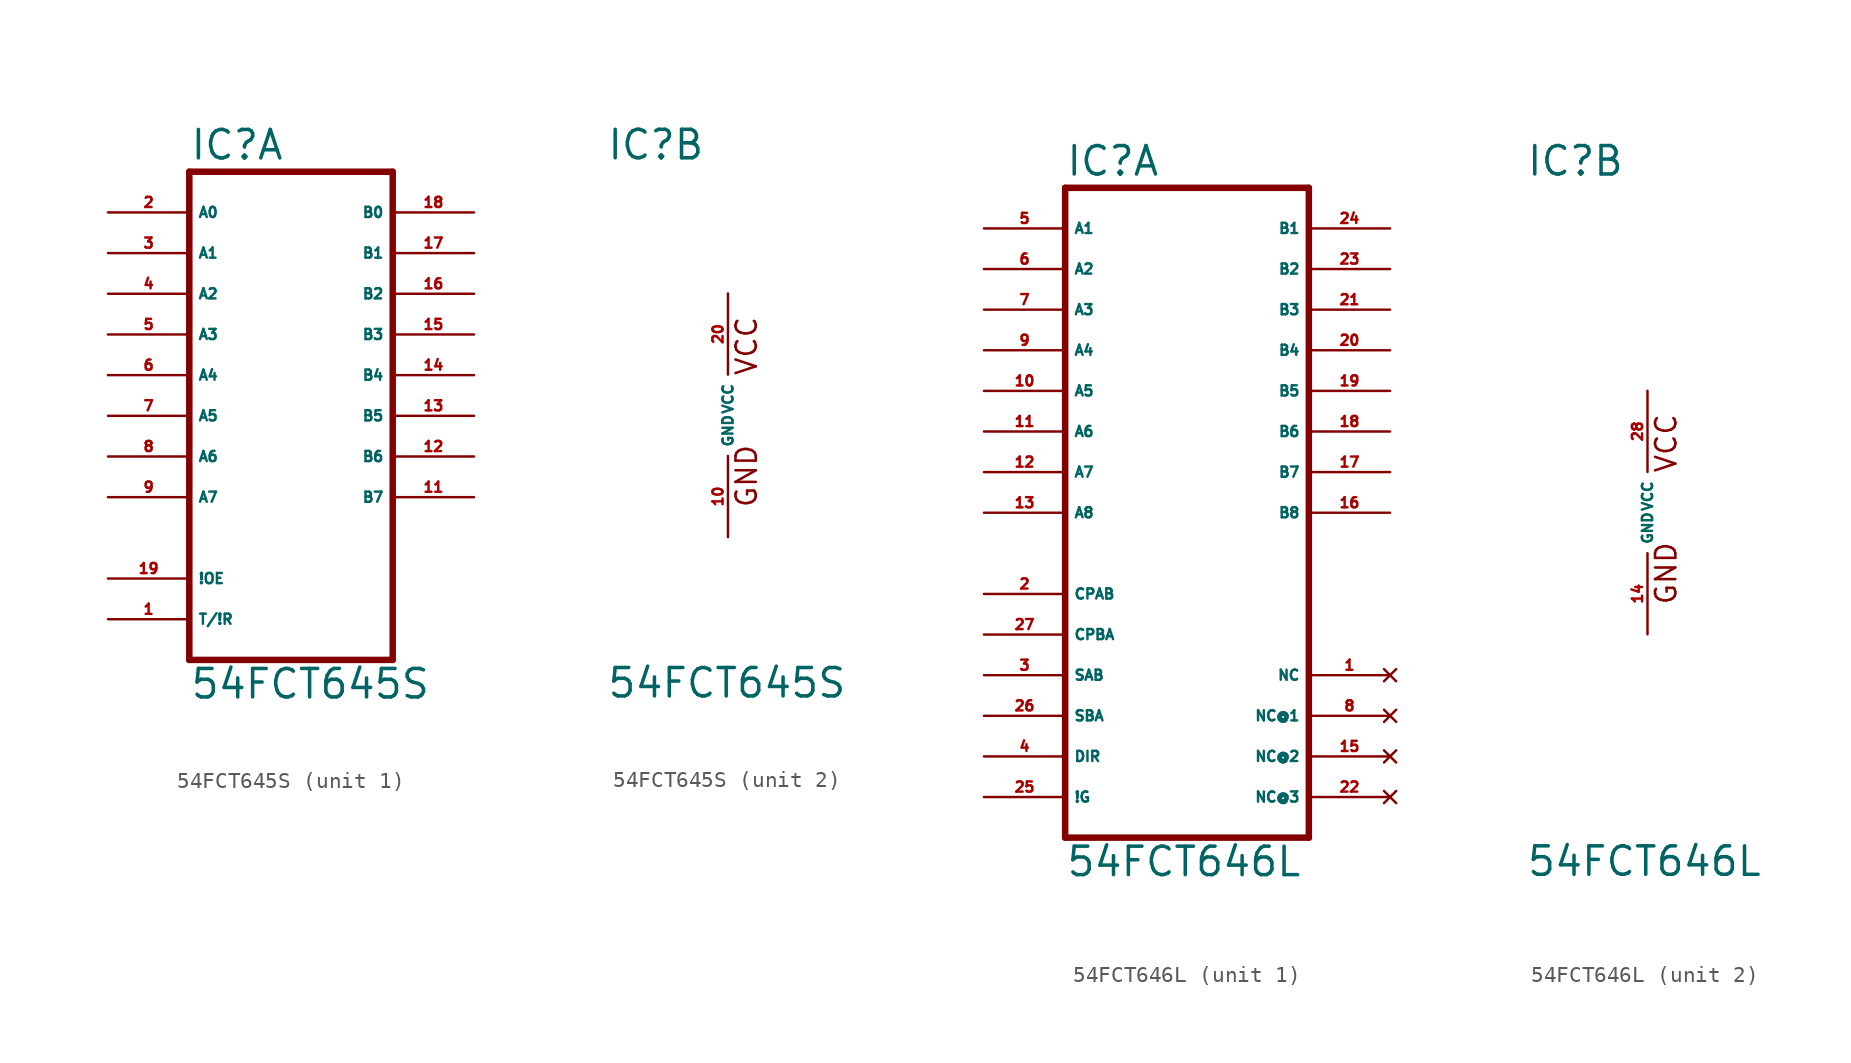
<source format=kicad_sym>
(kicad_symbol_lib
  (version 20220914)
  (generator Eagle2Kicad)
  (symbol "54FCT645S"
    (property "Reference" "IC"
      (at -7.62 15.875 0)
      (effects (font (size 1.778 1.778) (thickness 0.22)) (justify left bottom)))
    (property "Value" "54FCT645S"
      (at -7.62 -17.78 0)
      (effects (font (size 1.778 1.778) (thickness 0.22)) (justify left bottom)))
    (symbol "54FCT645S_1_0"
      (polyline (pts (xy -7.62 -15.24) (xy 5.08 -15.24)) (stroke (width 0.406) (type default)) (fill (type none)))
      (polyline (pts (xy 5.08 -15.24) (xy 5.08 15.24)) (stroke (width 0.406) (type default)) (fill (type none)))
      (polyline (pts (xy 5.08 15.24) (xy -7.62 15.24)) (stroke (width 0.406) (type default)) (fill (type none)))
      (polyline (pts (xy -7.62 15.24) (xy -7.62 -15.24)) (stroke (width 0.406) (type default)) (fill (type none)))
      (pin bidirectional line (at -12.7 12.7 0) (length 5.08) (name "A0" (effects (font (size 0.635 0.635) (thickness 0.08)) (justify left bottom))) (number "2" (effects (font (size 0.635 0.635) (thickness 0.08)) (justify left bottom))))
      (pin bidirectional line (at -12.7 10.16 0) (length 5.08) (name "A1" (effects (font (size 0.635 0.635) (thickness 0.08)) (justify left bottom))) (number "3" (effects (font (size 0.635 0.635) (thickness 0.08)) (justify left bottom))))
      (pin bidirectional line (at -12.7 7.62 0) (length 5.08) (name "A2" (effects (font (size 0.635 0.635) (thickness 0.08)) (justify left bottom))) (number "4" (effects (font (size 0.635 0.635) (thickness 0.08)) (justify left bottom))))
      (pin bidirectional line (at -12.7 5.08 0) (length 5.08) (name "A3" (effects (font (size 0.635 0.635) (thickness 0.08)) (justify left bottom))) (number "5" (effects (font (size 0.635 0.635) (thickness 0.08)) (justify left bottom))))
      (pin bidirectional line (at -12.7 2.54 0) (length 5.08) (name "A4" (effects (font (size 0.635 0.635) (thickness 0.08)) (justify left bottom))) (number "6" (effects (font (size 0.635 0.635) (thickness 0.08)) (justify left bottom))))
      (pin bidirectional line (at -12.7 0 0) (length 5.08) (name "A5" (effects (font (size 0.635 0.635) (thickness 0.08)) (justify left bottom))) (number "7" (effects (font (size 0.635 0.635) (thickness 0.08)) (justify left bottom))))
      (pin bidirectional line (at -12.7 -2.54 0) (length 5.08) (name "A6" (effects (font (size 0.635 0.635) (thickness 0.08)) (justify left bottom))) (number "8" (effects (font (size 0.635 0.635) (thickness 0.08)) (justify left bottom))))
      (pin bidirectional line (at -12.7 -5.08 0) (length 5.08) (name "A7" (effects (font (size 0.635 0.635) (thickness 0.08)) (justify left bottom))) (number "9" (effects (font (size 0.635 0.635) (thickness 0.08)) (justify left bottom))))
      (pin bidirectional line (at 10.16 12.7 180) (length 5.08) (name "B0" (effects (font (size 0.635 0.635) (thickness 0.08)) (justify left bottom))) (number "18" (effects (font (size 0.635 0.635) (thickness 0.08)) (justify left bottom))))
      (pin bidirectional line (at 10.16 10.16 180) (length 5.08) (name "B1" (effects (font (size 0.635 0.635) (thickness 0.08)) (justify left bottom))) (number "17" (effects (font (size 0.635 0.635) (thickness 0.08)) (justify left bottom))))
      (pin bidirectional line (at 10.16 7.62 180) (length 5.08) (name "B2" (effects (font (size 0.635 0.635) (thickness 0.08)) (justify left bottom))) (number "16" (effects (font (size 0.635 0.635) (thickness 0.08)) (justify left bottom))))
      (pin bidirectional line (at 10.16 5.08 180) (length 5.08) (name "B3" (effects (font (size 0.635 0.635) (thickness 0.08)) (justify left bottom))) (number "15" (effects (font (size 0.635 0.635) (thickness 0.08)) (justify left bottom))))
      (pin bidirectional line (at 10.16 2.54 180) (length 5.08) (name "B4" (effects (font (size 0.635 0.635) (thickness 0.08)) (justify left bottom))) (number "14" (effects (font (size 0.635 0.635) (thickness 0.08)) (justify left bottom))))
      (pin bidirectional line (at 10.16 0 180) (length 5.08) (name "B5" (effects (font (size 0.635 0.635) (thickness 0.08)) (justify left bottom))) (number "13" (effects (font (size 0.635 0.635) (thickness 0.08)) (justify left bottom))))
      (pin bidirectional line (at 10.16 -2.54 180) (length 5.08) (name "B6" (effects (font (size 0.635 0.635) (thickness 0.08)) (justify left bottom))) (number "12" (effects (font (size 0.635 0.635) (thickness 0.08)) (justify left bottom))))
      (pin bidirectional line (at 10.16 -5.08 180) (length 5.08) (name "B7" (effects (font (size 0.635 0.635) (thickness 0.08)) (justify left bottom))) (number "11" (effects (font (size 0.635 0.635) (thickness 0.08)) (justify left bottom))))
      (pin input line (at -12.7 -10.16 0) (length 5.08) (name "!OE" (effects (font (size 0.635 0.635) (thickness 0.08)) (justify left bottom))) (number "19" (effects (font (size 0.635 0.635) (thickness 0.08)) (justify left bottom))))
      (pin input line (at -12.7 -12.7 0) (length 5.08) (name "T/!R" (effects (font (size 0.635 0.635) (thickness 0.08)) (justify left bottom))) (number "1" (effects (font (size 0.635 0.635) (thickness 0.08)) (justify left bottom)))))
    (symbol "54FCT645S_2_0"
      (text "GND" (at 1.905 -5.842 900) (effects (font (size 1.27 1.27) (thickness 0.16)) (justify left bottom)))
      (text "VCC" (at 1.905 2.413 900) (effects (font (size 1.27 1.27) (thickness 0.16)) (justify left bottom)))
      (pin unspecified line (at 0 7.62 270) (length 5.08) (name "VCC" (effects (font (size 0.635 0.635) (thickness 0.08)) (justify left bottom))) (number "20" (effects (font (size 0.635 0.635) (thickness 0.08)) (justify left bottom))))
      (pin unspecified line (at 0 -7.62 90) (length 5.08) (name "GND" (effects (font (size 0.635 0.635) (thickness 0.08)) (justify left bottom))) (number "10" (effects (font (size 0.635 0.635) (thickness 0.08)) (justify left bottom))))))
  (symbol "54FCT646L"
    (property "Reference" "IC"
      (at -7.62 20.955 0)
      (effects (font (size 1.778 1.778) (thickness 0.22)) (justify left bottom)))
    (property "Value" "54FCT646L"
      (at -7.62 -22.86 0)
      (effects (font (size 1.778 1.778) (thickness 0.22)) (justify left bottom)))
    (symbol "54FCT646L_1_0"
      (polyline (pts (xy -7.62 -20.32) (xy 7.62 -20.32)) (stroke (width 0.406) (type default)) (fill (type none)))
      (polyline (pts (xy 7.62 -20.32) (xy 7.62 20.32)) (stroke (width 0.406) (type default)) (fill (type none)))
      (polyline (pts (xy 7.62 20.32) (xy -7.62 20.32)) (stroke (width 0.406) (type default)) (fill (type none)))
      (polyline (pts (xy -7.62 20.32) (xy -7.62 -20.32)) (stroke (width 0.406) (type default)) (fill (type none)))
      (pin bidirectional line (at -12.7 17.78 0) (length 5.08) (name "A1" (effects (font (size 0.635 0.635) (thickness 0.08)) (justify left bottom))) (number "5" (effects (font (size 0.635 0.635) (thickness 0.08)) (justify left bottom))))
      (pin bidirectional line (at -12.7 15.24 0) (length 5.08) (name "A2" (effects (font (size 0.635 0.635) (thickness 0.08)) (justify left bottom))) (number "6" (effects (font (size 0.635 0.635) (thickness 0.08)) (justify left bottom))))
      (pin bidirectional line (at -12.7 12.7 0) (length 5.08) (name "A3" (effects (font (size 0.635 0.635) (thickness 0.08)) (justify left bottom))) (number "7" (effects (font (size 0.635 0.635) (thickness 0.08)) (justify left bottom))))
      (pin bidirectional line (at -12.7 10.16 0) (length 5.08) (name "A4" (effects (font (size 0.635 0.635) (thickness 0.08)) (justify left bottom))) (number "9" (effects (font (size 0.635 0.635) (thickness 0.08)) (justify left bottom))))
      (pin bidirectional line (at -12.7 7.62 0) (length 5.08) (name "A5" (effects (font (size 0.635 0.635) (thickness 0.08)) (justify left bottom))) (number "10" (effects (font (size 0.635 0.635) (thickness 0.08)) (justify left bottom))))
      (pin bidirectional line (at -12.7 5.08 0) (length 5.08) (name "A6" (effects (font (size 0.635 0.635) (thickness 0.08)) (justify left bottom))) (number "11" (effects (font (size 0.635 0.635) (thickness 0.08)) (justify left bottom))))
      (pin bidirectional line (at -12.7 2.54 0) (length 5.08) (name "A7" (effects (font (size 0.635 0.635) (thickness 0.08)) (justify left bottom))) (number "12" (effects (font (size 0.635 0.635) (thickness 0.08)) (justify left bottom))))
      (pin bidirectional line (at -12.7 0 0) (length 5.08) (name "A8" (effects (font (size 0.635 0.635) (thickness 0.08)) (justify left bottom))) (number "13" (effects (font (size 0.635 0.635) (thickness 0.08)) (justify left bottom))))
      (pin bidirectional line (at 12.7 0 180) (length 5.08) (name "B8" (effects (font (size 0.635 0.635) (thickness 0.08)) (justify left bottom))) (number "16" (effects (font (size 0.635 0.635) (thickness 0.08)) (justify left bottom))))
      (pin bidirectional line (at 12.7 17.78 180) (length 5.08) (name "B1" (effects (font (size 0.635 0.635) (thickness 0.08)) (justify left bottom))) (number "24" (effects (font (size 0.635 0.635) (thickness 0.08)) (justify left bottom))))
      (pin bidirectional line (at 12.7 15.24 180) (length 5.08) (name "B2" (effects (font (size 0.635 0.635) (thickness 0.08)) (justify left bottom))) (number "23" (effects (font (size 0.635 0.635) (thickness 0.08)) (justify left bottom))))
      (pin bidirectional line (at 12.7 12.7 180) (length 5.08) (name "B3" (effects (font (size 0.635 0.635) (thickness 0.08)) (justify left bottom))) (number "21" (effects (font (size 0.635 0.635) (thickness 0.08)) (justify left bottom))))
      (pin bidirectional line (at 12.7 10.16 180) (length 5.08) (name "B4" (effects (font (size 0.635 0.635) (thickness 0.08)) (justify left bottom))) (number "20" (effects (font (size 0.635 0.635) (thickness 0.08)) (justify left bottom))))
      (pin bidirectional line (at 12.7 7.62 180) (length 5.08) (name "B5" (effects (font (size 0.635 0.635) (thickness 0.08)) (justify left bottom))) (number "19" (effects (font (size 0.635 0.635) (thickness 0.08)) (justify left bottom))))
      (pin bidirectional line (at 12.7 5.08 180) (length 5.08) (name "B6" (effects (font (size 0.635 0.635) (thickness 0.08)) (justify left bottom))) (number "18" (effects (font (size 0.635 0.635) (thickness 0.08)) (justify left bottom))))
      (pin bidirectional line (at 12.7 2.54 180) (length 5.08) (name "B7" (effects (font (size 0.635 0.635) (thickness 0.08)) (justify left bottom))) (number "17" (effects (font (size 0.635 0.635) (thickness 0.08)) (justify left bottom))))
      (pin input line (at -12.7 -5.08 0) (length 5.08) (name "CPAB" (effects (font (size 0.635 0.635) (thickness 0.08)) (justify left bottom))) (number "2" (effects (font (size 0.635 0.635) (thickness 0.08)) (justify left bottom))))
      (pin input line (at -12.7 -7.62 0) (length 5.08) (name "CPBA" (effects (font (size 0.635 0.635) (thickness 0.08)) (justify left bottom))) (number "27" (effects (font (size 0.635 0.635) (thickness 0.08)) (justify left bottom))))
      (pin input line (at -12.7 -10.16 0) (length 5.08) (name "SAB" (effects (font (size 0.635 0.635) (thickness 0.08)) (justify left bottom))) (number "3" (effects (font (size 0.635 0.635) (thickness 0.08)) (justify left bottom))))
      (pin input line (at -12.7 -12.7 0) (length 5.08) (name "SBA" (effects (font (size 0.635 0.635) (thickness 0.08)) (justify left bottom))) (number "26" (effects (font (size 0.635 0.635) (thickness 0.08)) (justify left bottom))))
      (pin input line (at -12.7 -15.24 0) (length 5.08) (name "DIR" (effects (font (size 0.635 0.635) (thickness 0.08)) (justify left bottom))) (number "4" (effects (font (size 0.635 0.635) (thickness 0.08)) (justify left bottom))))
      (pin input line (at -12.7 -17.78 0) (length 5.08) (name "!G" (effects (font (size 0.635 0.635) (thickness 0.08)) (justify left bottom))) (number "25" (effects (font (size 0.635 0.635) (thickness 0.08)) (justify left bottom))))
      (pin no_connect line (at 12.7 -17.78 180) (length 5.08) (name "NC@3" (effects (font (size 0.635 0.635) (thickness 0.08)) (justify left bottom) hide)) (number "22" (effects (font (size 0.635 0.635) (thickness 0.08)) (justify left bottom) hide)))
      (pin no_connect line (at 12.7 -15.24 180) (length 5.08) (name "NC@2" (effects (font (size 0.635 0.635) (thickness 0.08)) (justify left bottom) hide)) (number "15" (effects (font (size 0.635 0.635) (thickness 0.08)) (justify left bottom) hide)))
      (pin no_connect line (at 12.7 -12.7 180) (length 5.08) (name "NC@1" (effects (font (size 0.635 0.635) (thickness 0.08)) (justify left bottom) hide)) (number "8" (effects (font (size 0.635 0.635) (thickness 0.08)) (justify left bottom) hide)))
      (pin no_connect line (at 12.7 -10.16 180) (length 5.08) (name "NC" (effects (font (size 0.635 0.635) (thickness 0.08)) (justify left bottom) hide)) (number "1" (effects (font (size 0.635 0.635) (thickness 0.08)) (justify left bottom) hide))))
    (symbol "54FCT646L_2_0"
      (text "GND" (at 1.905 -5.842 900) (effects (font (size 1.27 1.27) (thickness 0.16)) (justify left bottom)))
      (text "VCC" (at 1.905 2.413 900) (effects (font (size 1.27 1.27) (thickness 0.16)) (justify left bottom)))
      (pin unspecified line (at 0 7.62 270) (length 5.08) (name "VCC" (effects (font (size 0.635 0.635) (thickness 0.08)) (justify left bottom))) (number "28" (effects (font (size 0.635 0.635) (thickness 0.08)) (justify left bottom))))
      (pin unspecified line (at 0 -7.62 90) (length 5.08) (name "GND" (effects (font (size 0.635 0.635) (thickness 0.08)) (justify left bottom))) (number "14" (effects (font (size 0.635 0.635) (thickness 0.08)) (justify left bottom)))))))
</source>
